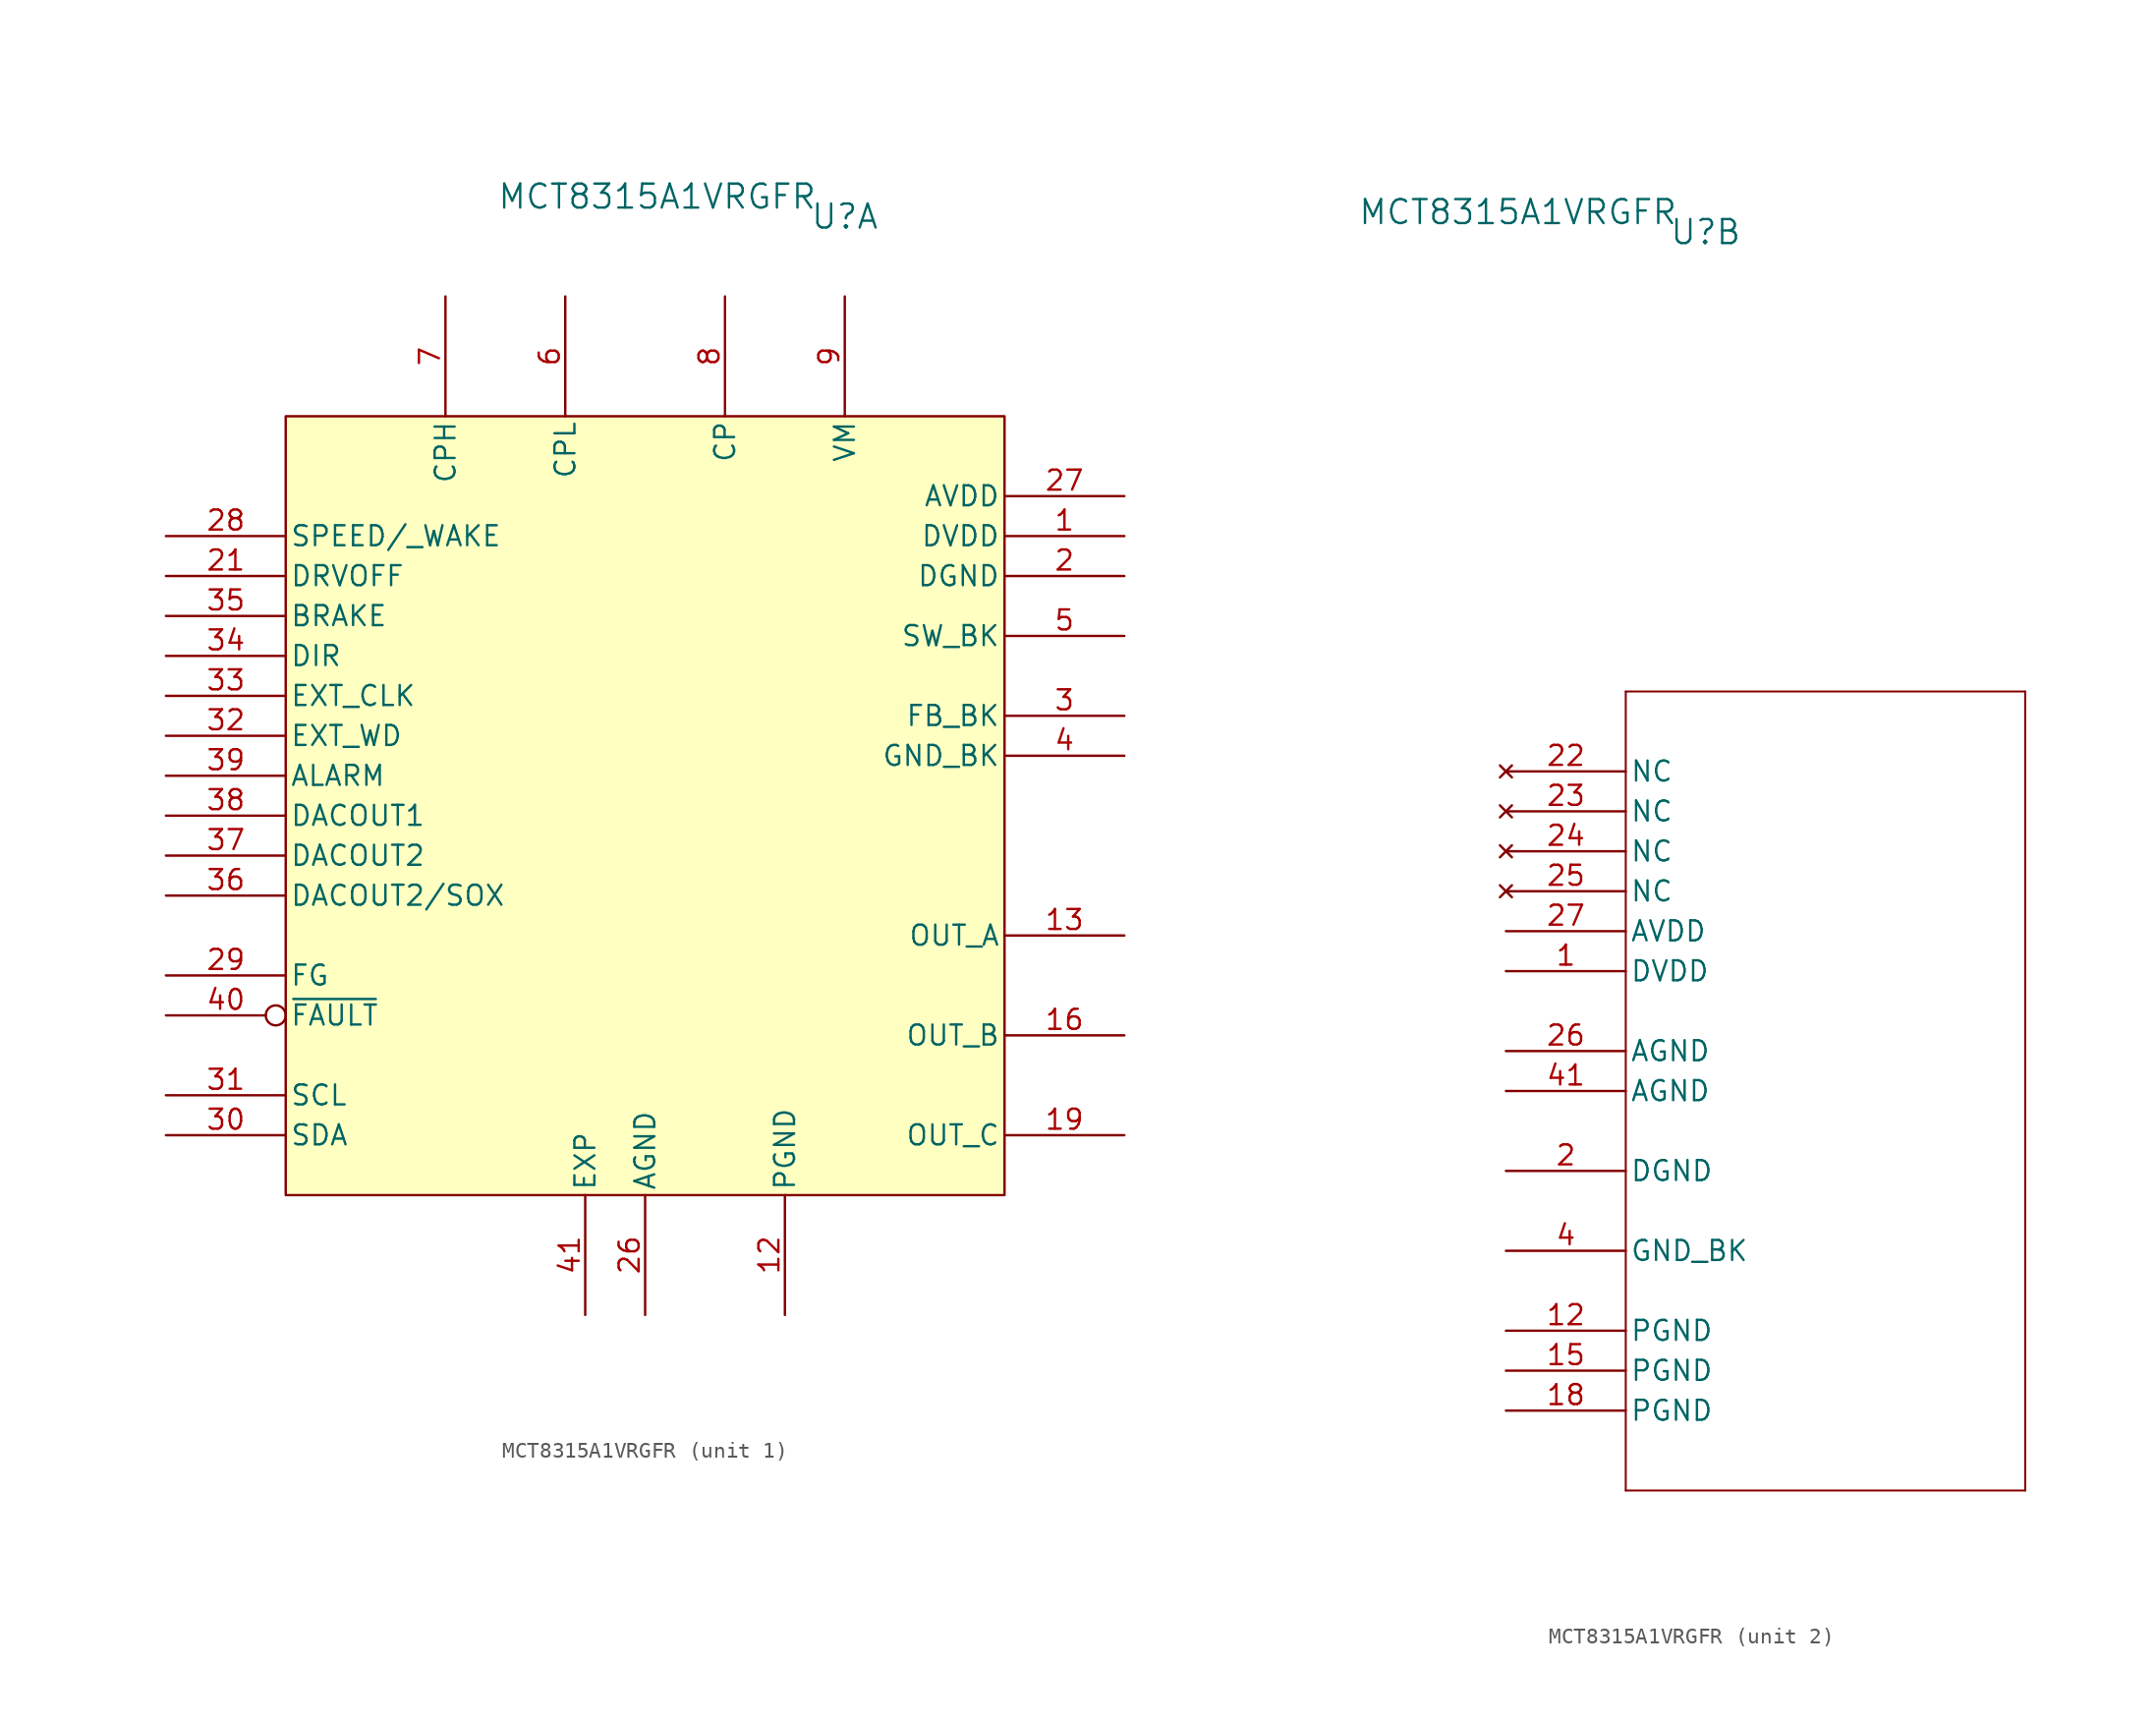
<source format=kicad_sym>
(kicad_symbol_lib
  (version 20231120)
  (generator "kicad_symbol_editor")
  (generator_version "8.0")
  (symbol "MCT8315A1VRGFR"
    (pin_names
      (offset 0.254))
    (property "Reference" "U"
      (at 12.7 34.29 0)
      (effects (font (size 1.524 1.524))))
    (property "Value" "MCT8315A1VRGFR"
      (at 0.762 35.56 0)
      (effects (font (size 1.524 1.524))))
    (property "ki_locked" ""
      (at 0 0 0)
      (effects (font (size 1.27 1.27))))
    (symbol "MCT8315A1VRGFR_1_1"
      (rectangle (start -22.86 21.59) (end 22.86 -27.94) (stroke (width 0) (type default)) (fill (type background)))
      (pin power_in line (at 30.48 13.97 180) (length 7.62) (name "DVDD" (effects (font (size 1.27 1.27)))) (number "1" (effects (font (size 1.27 1.27)))))
      (pin power_in line (at 12.7 29.21 270) (length 7.62) hide (name "VM" (effects (font (size 1.27 1.27)))) (number "10" (effects (font (size 1.27 1.27)))))
      (pin power_in line (at 12.7 29.21 270) (length 7.62) hide (name "VM" (effects (font (size 1.27 1.27)))) (number "11" (effects (font (size 1.27 1.27)))))
      (pin power_out line (at 8.89 -35.56 90) (length 7.62) (name "PGND" (effects (font (size 1.27 1.27)))) (number "12" (effects (font (size 1.27 1.27)))))
      (pin output line (at 30.48 -11.43 180) (length 7.62) (name "OUT_A" (effects (font (size 1.27 1.27)))) (number "13" (effects (font (size 1.27 1.27)))))
      (pin output line (at 30.48 -11.43 180) (length 7.62) hide (name "OUT_A" (effects (font (size 1.27 1.27)))) (number "14" (effects (font (size 1.27 1.27)))))
      (pin power_out line (at 8.89 -35.56 90) (length 7.62) hide (name "PGND" (effects (font (size 1.27 1.27)))) (number "15" (effects (font (size 1.27 1.27)))))
      (pin output line (at 30.48 -17.78 180) (length 7.62) (name "OUT_B" (effects (font (size 1.27 1.27)))) (number "16" (effects (font (size 1.27 1.27)))))
      (pin output line (at 30.48 -17.78 180) (length 7.62) hide (name "OUT_B" (effects (font (size 1.27 1.27)))) (number "17" (effects (font (size 1.27 1.27)))))
      (pin power_out line (at 8.89 -35.56 90) (length 7.62) hide (name "PGND" (effects (font (size 1.27 1.27)))) (number "18" (effects (font (size 1.27 1.27)))))
      (pin output line (at 30.48 -24.13 180) (length 7.62) (name "OUT_C" (effects (font (size 1.27 1.27)))) (number "19" (effects (font (size 1.27 1.27)))))
      (pin power_out line (at 30.48 11.43 180) (length 7.62) (name "DGND" (effects (font (size 1.27 1.27)))) (number "2" (effects (font (size 1.27 1.27)))))
      (pin output line (at 30.48 -24.13 180) (length 7.62) hide (name "OUT_C" (effects (font (size 1.27 1.27)))) (number "20" (effects (font (size 1.27 1.27)))))
      (pin input line (at -30.48 11.43 0) (length 7.62) (name "DRVOFF" (effects (font (size 1.27 1.27)))) (number "21" (effects (font (size 1.27 1.27)))))
      (pin no_connect line (at 15.24 -35.56 90) (length 7.62) hide (name "NC" (effects (font (size 1.27 1.27)))) (number "22" (effects (font (size 1.27 1.27)))))
      (pin no_connect line (at 15.24 -35.56 90) (length 7.62) hide (name "NC" (effects (font (size 1.27 1.27)))) (number "23" (effects (font (size 1.27 1.27)))))
      (pin no_connect line (at 15.24 -35.56 90) (length 7.62) hide (name "NC" (effects (font (size 1.27 1.27)))) (number "24" (effects (font (size 1.27 1.27)))))
      (pin no_connect line (at 15.24 -35.56 90) (length 7.62) hide (name "NC" (effects (font (size 1.27 1.27)))) (number "25" (effects (font (size 1.27 1.27)))))
      (pin power_out line (at 0 -35.56 90) (length 7.62) (name "AGND" (effects (font (size 1.27 1.27)))) (number "26" (effects (font (size 1.27 1.27)))))
      (pin power_out line (at 30.48 16.51 180) (length 7.62) (name "AVDD" (effects (font (size 1.27 1.27)))) (number "27" (effects (font (size 1.27 1.27)))))
      (pin input line (at -30.48 13.97 0) (length 7.62) (name "SPEED/_WAKE" (effects (font (size 1.27 1.27)))) (number "28" (effects (font (size 1.27 1.27)))))
      (pin output line (at -30.48 -13.97 0) (length 7.62) (name "FG" (effects (font (size 1.27 1.27)))) (number "29" (effects (font (size 1.27 1.27)))))
      (pin bidirectional line (at 30.48 2.54 180) (length 7.62) (name "FB_BK" (effects (font (size 1.27 1.27)))) (number "3" (effects (font (size 1.27 1.27)))))
      (pin bidirectional line (at -30.48 -24.13 0) (length 7.62) (name "SDA" (effects (font (size 1.27 1.27)))) (number "30" (effects (font (size 1.27 1.27)))))
      (pin input line (at -30.48 -21.59 0) (length 7.62) (name "SCL" (effects (font (size 1.27 1.27)))) (number "31" (effects (font (size 1.27 1.27)))))
      (pin power_in line (at -30.48 1.27 0) (length 7.62) (name "EXT_WD" (effects (font (size 1.27 1.27)))) (number "32" (effects (font (size 1.27 1.27)))))
      (pin input line (at -30.48 3.81 0) (length 7.62) (name "EXT_CLK" (effects (font (size 1.27 1.27)))) (number "33" (effects (font (size 1.27 1.27)))))
      (pin input line (at -30.48 6.35 0) (length 7.62) (name "DIR" (effects (font (size 1.27 1.27)))) (number "34" (effects (font (size 1.27 1.27)))))
      (pin input line (at -30.48 8.89 0) (length 7.62) (name "BRAKE" (effects (font (size 1.27 1.27)))) (number "35" (effects (font (size 1.27 1.27)))))
      (pin output line (at -30.48 -8.89 0) (length 7.62) (name "DACOUT2/SOX" (effects (font (size 1.27 1.27)))) (number "36" (effects (font (size 1.27 1.27)))))
      (pin output line (at -30.48 -6.35 0) (length 7.62) (name "DACOUT2" (effects (font (size 1.27 1.27)))) (number "37" (effects (font (size 1.27 1.27)))))
      (pin output line (at -30.48 -3.81 0) (length 7.62) (name "DACOUT1" (effects (font (size 1.27 1.27)))) (number "38" (effects (font (size 1.27 1.27)))))
      (pin output line (at -30.48 -1.27 0) (length 7.62) (name "ALARM" (effects (font (size 1.27 1.27)))) (number "39" (effects (font (size 1.27 1.27)))))
      (pin power_out line (at 30.48 0 180) (length 7.62) (name "GND_BK" (effects (font (size 1.27 1.27)))) (number "4" (effects (font (size 1.27 1.27)))))
      (pin output inverted (at -30.48 -16.51 0) (length 7.62) (name "~{FAULT}" (effects (font (size 1.27 1.27)))) (number "40" (effects (font (size 1.27 1.27)))))
      (pin power_out line (at -3.81 -35.56 90) (length 7.62) (name "EXP" (effects (font (size 1.27 1.27)))) (number "41" (effects (font (size 1.27 1.27)))))
      (pin power_in line (at 30.48 7.62 180) (length 7.62) (name "SW_BK" (effects (font (size 1.27 1.27)))) (number "5" (effects (font (size 1.27 1.27)))))
      (pin input line (at -5.08 29.21 270) (length 7.62) (name "CPL" (effects (font (size 1.27 1.27)))) (number "6" (effects (font (size 1.27 1.27)))))
      (pin power_in line (at -12.7 29.21 270) (length 7.62) (name "CPH" (effects (font (size 1.27 1.27)))) (number "7" (effects (font (size 1.27 1.27)))))
      (pin power_in line (at 5.08 29.21 270) (length 7.62) (name "CP" (effects (font (size 1.27 1.27)))) (number "8" (effects (font (size 1.27 1.27)))))
      (pin power_in line (at 12.7 29.21 270) (length 7.62) (name "VM" (effects (font (size 1.27 1.27)))) (number "9" (effects (font (size 1.27 1.27))))))
    (symbol "MCT8315A1VRGFR_2_1"
      (polyline (pts (xy 7.62 -45.72) (xy 33.02 -45.72)) (stroke (width 0.127) (type default)) (fill (type none)))
      (polyline (pts (xy 7.62 5.08) (xy 7.62 -45.72)) (stroke (width 0.127) (type default)) (fill (type none)))
      (polyline (pts (xy 33.02 -45.72) (xy 33.02 5.08)) (stroke (width 0.127) (type default)) (fill (type none)))
      (polyline (pts (xy 33.02 5.08) (xy 7.62 5.08)) (stroke (width 0.127) (type default)) (fill (type none)))
      (pin power_in line (at 0 -12.7 0) (length 7.62) (name "DVDD" (effects (font (size 1.27 1.27)))) (number "1" (effects (font (size 1.27 1.27)))))
      (pin power_out line (at 0 -35.56 0) (length 7.62) (name "PGND" (effects (font (size 1.27 1.27)))) (number "12" (effects (font (size 1.27 1.27)))))
      (pin power_out line (at 0 -38.1 0) (length 7.62) (name "PGND" (effects (font (size 1.27 1.27)))) (number "15" (effects (font (size 1.27 1.27)))))
      (pin power_out line (at 0 -40.64 0) (length 7.62) (name "PGND" (effects (font (size 1.27 1.27)))) (number "18" (effects (font (size 1.27 1.27)))))
      (pin power_out line (at 0 -25.4 0) (length 7.62) (name "DGND" (effects (font (size 1.27 1.27)))) (number "2" (effects (font (size 1.27 1.27)))))
      (pin no_connect line (at 0 0 0) (length 7.62) (name "NC" (effects (font (size 1.27 1.27)))) (number "22" (effects (font (size 1.27 1.27)))))
      (pin no_connect line (at 0 -2.54 0) (length 7.62) (name "NC" (effects (font (size 1.27 1.27)))) (number "23" (effects (font (size 1.27 1.27)))))
      (pin no_connect line (at 0 -5.08 0) (length 7.62) (name "NC" (effects (font (size 1.27 1.27)))) (number "24" (effects (font (size 1.27 1.27)))))
      (pin no_connect line (at 0 -7.62 0) (length 7.62) (name "NC" (effects (font (size 1.27 1.27)))) (number "25" (effects (font (size 1.27 1.27)))))
      (pin power_out line (at 0 -17.78 0) (length 7.62) (name "AGND" (effects (font (size 1.27 1.27)))) (number "26" (effects (font (size 1.27 1.27)))))
      (pin power_in line (at 0 -10.16 0) (length 7.62) (name "AVDD" (effects (font (size 1.27 1.27)))) (number "27" (effects (font (size 1.27 1.27)))))
      (pin power_out line (at 0 -30.48 0) (length 7.62) (name "GND_BK" (effects (font (size 1.27 1.27)))) (number "4" (effects (font (size 1.27 1.27)))))
      (pin power_out line (at 0 -20.32 0) (length 7.62) (name "AGND" (effects (font (size 1.27 1.27)))) (number "41" (effects (font (size 1.27 1.27))))))))
</source>
